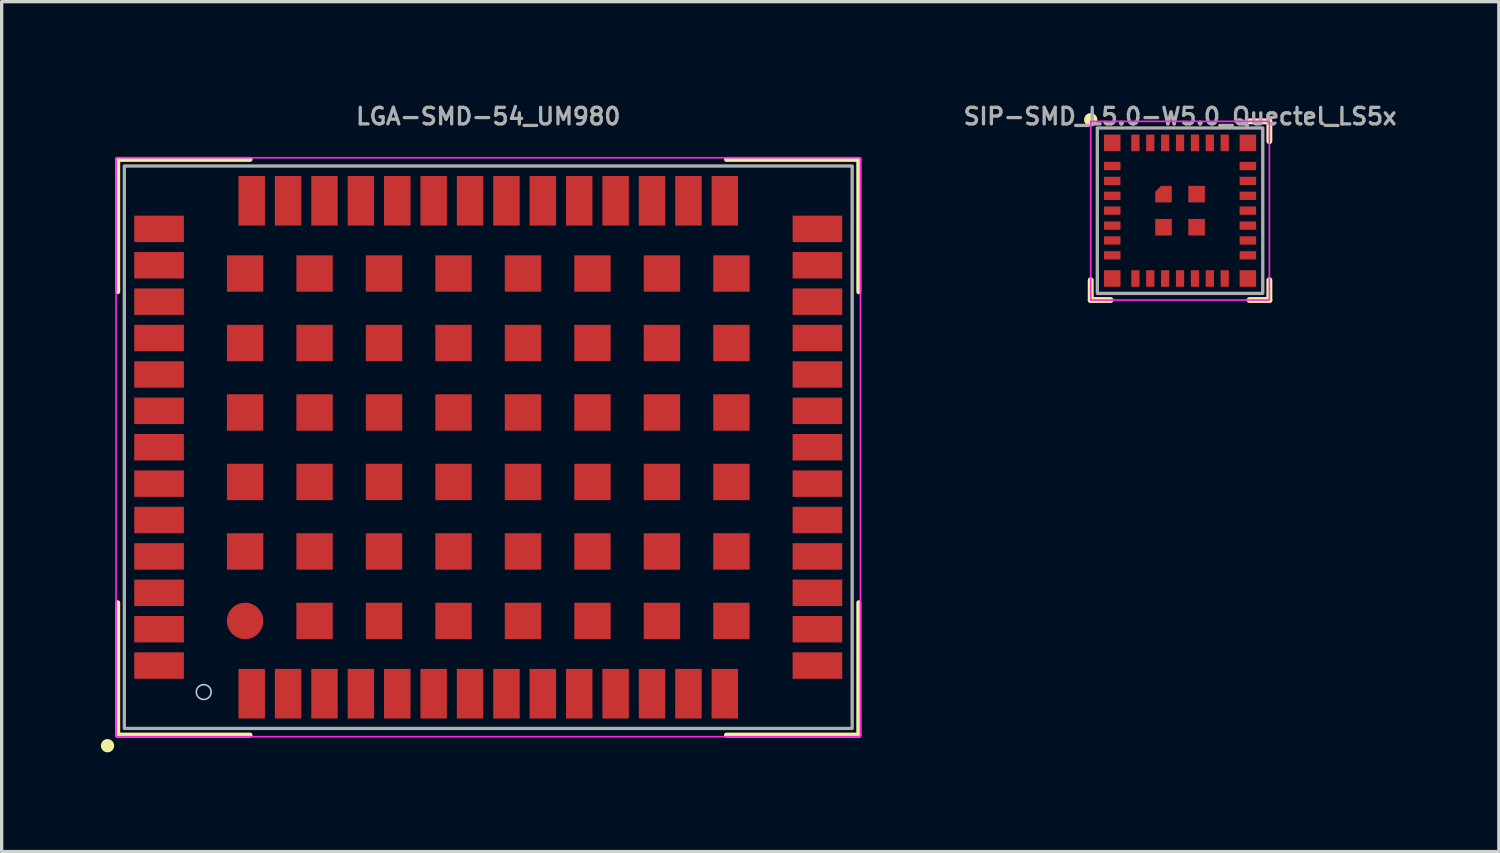
<source format=kicad_pcb>
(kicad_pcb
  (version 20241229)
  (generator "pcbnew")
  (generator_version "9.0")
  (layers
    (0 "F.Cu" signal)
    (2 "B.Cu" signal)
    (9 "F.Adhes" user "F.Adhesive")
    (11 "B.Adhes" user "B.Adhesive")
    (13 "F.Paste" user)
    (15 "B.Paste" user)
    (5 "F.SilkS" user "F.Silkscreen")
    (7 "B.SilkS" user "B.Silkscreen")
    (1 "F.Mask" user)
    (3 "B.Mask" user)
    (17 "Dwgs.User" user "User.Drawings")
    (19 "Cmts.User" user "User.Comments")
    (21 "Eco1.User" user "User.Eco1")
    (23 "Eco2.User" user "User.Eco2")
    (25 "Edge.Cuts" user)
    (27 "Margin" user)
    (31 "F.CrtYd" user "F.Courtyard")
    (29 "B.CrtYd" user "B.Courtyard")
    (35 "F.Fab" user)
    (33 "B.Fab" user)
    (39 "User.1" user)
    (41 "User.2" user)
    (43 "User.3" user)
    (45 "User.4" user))
  (footprint "LGA-SMD-54_UM980"
    (layer "F.Cu")
    (at 11.708 10.468)
    (property "Reference" "LGA-SMD-54_UM980" (at 0 -10 0) (unlocked yes) (layer "F.Fab") (effects (font (size 0.5 0.5) (thickness 0.1) (bold yes))))
    (attr smd)
    (fp_line (start -11.2 -8.7) (end -11.2 -4.7) (stroke (width 0.15) (type default)) (layer "F.SilkS"))
    (fp_line (start -11.2 -8.7) (end -7.2 -8.7) (stroke (width 0.15) (type default)) (layer "F.SilkS"))
    (fp_line (start -11.2 8.7) (end -11.2 4.7) (stroke (width 0.15) (type default)) (layer "F.SilkS"))
    (fp_line (start -11.2 8.7) (end -7.2 8.7) (stroke (width 0.15) (type default)) (layer "F.SilkS"))
    (fp_line (start 11.2 -8.7) (end 7.2 -8.7) (stroke (width 0.15) (type default)) (layer "F.SilkS"))
    (fp_line (start 11.2 -8.7) (end 11.2 -4.7) (stroke (width 0.15) (type default)) (layer "F.SilkS"))
    (fp_line (start 11.2 8.7) (end 7.2 8.7) (stroke (width 0.15) (type default)) (layer "F.SilkS"))
    (fp_line (start 11.2 8.7) (end 11.2 4.7) (stroke (width 0.15) (type default)) (layer "F.SilkS"))
    (fp_circle (center -11.508 9.022) (end -11.508 9.122) (stroke (width 0.2) (type solid)) (fill yes) (layer "F.SilkS"))
    (fp_circle (center -8.6 7.4) (end -8.376 7.4) (stroke (width 0.05) (type default)) (fill no) (layer "Dwgs.User"))
    (fp_rect (start 11.25 -8.75) (end -11.25 8.75) (stroke (width 0.05) (type default)) (fill no) (layer "F.CrtYd"))
    (fp_rect (start -11 8.5) (end 11 -8.5) (stroke (width 0.1) (type default)) (fill no) (layer "F.Fab"))
    (pad "1" smd rect (at -7.15 7.45) (size 0.8 1.5) (layers "F.Cu" "F.Mask" "F.Paste"))
    (pad "2" smd rect (at -6.05 7.45) (size 0.8 1.5) (layers "F.Cu" "F.Mask" "F.Paste"))
    (pad "3" smd rect (at -4.95 7.45) (size 0.8 1.5) (layers "F.Cu" "F.Mask" "F.Paste"))
    (pad "4" smd rect (at -3.85 7.45) (size 0.8 1.5) (layers "F.Cu" "F.Mask" "F.Paste"))
    (pad "5" smd rect (at -2.75 7.45) (size 0.8 1.5) (layers "F.Cu" "F.Mask" "F.Paste"))
    (pad "6" smd rect (at -1.65 7.45) (size 0.8 1.5) (layers "F.Cu" "F.Mask" "F.Paste"))
    (pad "7" smd rect (at -0.55 7.45) (size 0.8 1.5) (layers "F.Cu" "F.Mask" "F.Paste"))
    (pad "8" smd rect (at 0.55 7.45) (size 0.8 1.5) (layers "F.Cu" "F.Mask" "F.Paste"))
    (pad "9" smd rect (at 1.65 7.45) (size 0.8 1.5) (layers "F.Cu" "F.Mask" "F.Paste"))
    (pad "10" smd rect (at 2.75 7.45) (size 0.8 1.5) (layers "F.Cu" "F.Mask" "F.Paste"))
    (pad "11" smd rect (at 3.85 7.45) (size 0.8 1.5) (layers "F.Cu" "F.Mask" "F.Paste"))
    (pad "12" smd rect (at 4.95 7.45) (size 0.8 1.5) (layers "F.Cu" "F.Mask" "F.Paste"))
    (pad "13" smd rect (at 6.05 7.45) (size 0.8 1.5) (layers "F.Cu" "F.Mask" "F.Paste"))
    (pad "14" smd rect (at 7.15 7.45) (size 0.8 1.5) (layers "F.Cu" "F.Mask" "F.Paste"))
    (pad "15" smd rect (at 9.95 6.6 270) (size 0.8 1.5) (layers "F.Cu" "F.Mask" "F.Paste"))
    (pad "16" smd rect (at 9.95 5.5 270) (size 0.8 1.5) (layers "F.Cu" "F.Mask" "F.Paste"))
    (pad "17" smd rect (at 9.95 4.4 270) (size 0.8 1.5) (layers "F.Cu" "F.Mask" "F.Paste"))
    (pad "18" smd rect (at 9.95 3.3 270) (size 0.8 1.5) (layers "F.Cu" "F.Mask" "F.Paste"))
    (pad "19" smd rect (at 9.95 2.2 270) (size 0.8 1.5) (layers "F.Cu" "F.Mask" "F.Paste"))
    (pad "20" smd rect (at 9.95 1.1 270) (size 0.8 1.5) (layers "F.Cu" "F.Mask" "F.Paste"))
    (pad "21" smd rect (at 9.95 0 270) (size 0.8 1.5) (layers "F.Cu" "F.Mask" "F.Paste"))
    (pad "22" smd rect (at 9.95 -1.1 270) (size 0.8 1.5) (layers "F.Cu" "F.Mask" "F.Paste"))
    (pad "23" smd rect (at 9.95 -2.2 270) (size 0.8 1.5) (layers "F.Cu" "F.Mask" "F.Paste"))
    (pad "24" smd rect (at 9.95 -3.3 270) (size 0.8 1.5) (layers "F.Cu" "F.Mask" "F.Paste"))
    (pad "25" smd rect (at 9.95 -4.4 270) (size 0.8 1.5) (layers "F.Cu" "F.Mask" "F.Paste"))
    (pad "26" smd rect (at 9.95 -5.5 270) (size 0.8 1.5) (layers "F.Cu" "F.Mask" "F.Paste"))
    (pad "27" smd rect (at 9.95 -6.6 270) (size 0.8 1.5) (layers "F.Cu" "F.Mask" "F.Paste"))
    (pad "28" smd rect (at 7.15 -7.45 180) (size 0.8 1.5) (layers "F.Cu" "F.Mask" "F.Paste"))
    (pad "29" smd rect (at 6.05 -7.45 180) (size 0.8 1.5) (layers "F.Cu" "F.Mask" "F.Paste"))
    (pad "30" smd rect (at 4.95 -7.45 180) (size 0.8 1.5) (layers "F.Cu" "F.Mask" "F.Paste"))
    (pad "31" smd rect (at 3.85 -7.45 180) (size 0.8 1.5) (layers "F.Cu" "F.Mask" "F.Paste"))
    (pad "32" smd rect (at 2.75 -7.45 180) (size 0.8 1.5) (layers "F.Cu" "F.Mask" "F.Paste"))
    (pad "33" smd rect (at 1.65 -7.45 180) (size 0.8 1.5) (layers "F.Cu" "F.Mask" "F.Paste"))
    (pad "34" smd rect (at 0.55 -7.45 180) (size 0.8 1.5) (layers "F.Cu" "F.Mask" "F.Paste"))
    (pad "35" smd rect (at -0.55 -7.45 180) (size 0.8 1.5) (layers "F.Cu" "F.Mask" "F.Paste"))
    (pad "36" smd rect (at -1.65 -7.45 180) (size 0.8 1.5) (layers "F.Cu" "F.Mask" "F.Paste"))
    (pad "37" smd rect (at -2.75 -7.45 180) (size 0.8 1.5) (layers "F.Cu" "F.Mask" "F.Paste"))
    (pad "38" smd rect (at -3.85 -7.45 180) (size 0.8 1.5) (layers "F.Cu" "F.Mask" "F.Paste"))
    (pad "39" smd rect (at -4.95 -7.45 180) (size 0.8 1.5) (layers "F.Cu" "F.Mask" "F.Paste"))
    (pad "40" smd rect (at -6.05 -7.45 180) (size 0.8 1.5) (layers "F.Cu" "F.Mask" "F.Paste"))
    (pad "41" smd rect (at -7.15 -7.45 180) (size 0.8 1.5) (layers "F.Cu" "F.Mask" "F.Paste"))
    (pad "42" smd rect (at -9.95 -6.6 90) (size 0.8 1.5) (layers "F.Cu" "F.Mask" "F.Paste"))
    (pad "43" smd rect (at -9.95 -5.5 90) (size 0.8 1.5) (layers "F.Cu" "F.Mask" "F.Paste"))
    (pad "44" smd rect (at -9.95 -4.4 90) (size 0.8 1.5) (layers "F.Cu" "F.Mask" "F.Paste"))
    (pad "45" smd rect (at -9.95 -3.3 90) (size 0.8 1.5) (layers "F.Cu" "F.Mask" "F.Paste"))
    (pad "46" smd rect (at -9.95 -2.2 90) (size 0.8 1.5) (layers "F.Cu" "F.Mask" "F.Paste"))
    (pad "47" smd rect (at -9.95 -1.1 90) (size 0.8 1.5) (layers "F.Cu" "F.Mask" "F.Paste"))
    (pad "48" smd rect (at -9.95 0 90) (size 0.8 1.5) (layers "F.Cu" "F.Mask" "F.Paste"))
    (pad "49" smd rect (at -9.95 1.1 90) (size 0.8 1.5) (layers "F.Cu" "F.Mask" "F.Paste"))
    (pad "50" smd rect (at -9.95 2.2 90) (size 0.8 1.5) (layers "F.Cu" "F.Mask" "F.Paste"))
    (pad "51" smd rect (at -9.95 3.3 90) (size 0.8 1.5) (layers "F.Cu" "F.Mask" "F.Paste"))
    (pad "52" smd rect (at -9.95 4.4 90) (size 0.8 1.5) (layers "F.Cu" "F.Mask" "F.Paste"))
    (pad "53" smd rect (at -9.95 5.5 90) (size 0.8 1.5) (layers "F.Cu" "F.Mask" "F.Paste"))
    (pad "54" smd rect (at -9.95 6.6 90) (size 0.8 1.5) (layers "F.Cu" "F.Mask" "F.Paste"))
    (pad "55" smd rect (at -7.35 -5.25) (size 1.1 1.1) (layers "F.Cu" "F.Mask" "F.Paste"))
    (pad "56" smd rect (at -7.35 -3.15) (size 1.1 1.1) (layers "F.Cu" "F.Mask" "F.Paste"))
    (pad "57" smd rect (at -7.35 -1.05) (size 1.1 1.1) (layers "F.Cu" "F.Mask" "F.Paste"))
    (pad "58" smd rect (at -7.35 1.05) (size 1.1 1.1) (layers "F.Cu" "F.Mask" "F.Paste"))
    (pad "59" smd rect (at -7.35 3.15) (size 1.1 1.1) (layers "F.Cu" "F.Mask" "F.Paste"))
    (pad "60" smd circle (at -7.35 5.25) (size 1.1 1.1) (layers "F.Cu" "F.Mask" "F.Paste"))
    (pad "61" smd rect (at -5.25 -5.25) (size 1.1 1.1) (layers "F.Cu" "F.Mask" "F.Paste"))
    (pad "62" smd rect (at -5.25 -3.15) (size 1.1 1.1) (layers "F.Cu" "F.Mask" "F.Paste"))
    (pad "63" smd rect (at -5.25 -1.05) (size 1.1 1.1) (layers "F.Cu" "F.Mask" "F.Paste"))
    (pad "64" smd rect (at -5.25 1.05) (size 1.1 1.1) (layers "F.Cu" "F.Mask" "F.Paste"))
    (pad "65" smd rect (at -5.25 3.15) (size 1.1 1.1) (layers "F.Cu" "F.Mask" "F.Paste"))
    (pad "66" smd rect (at -5.25 5.25) (size 1.1 1.1) (layers "F.Cu" "F.Mask" "F.Paste"))
    (pad "67" smd rect (at -3.15 -5.25) (size 1.1 1.1) (layers "F.Cu" "F.Mask" "F.Paste"))
    (pad "68" smd rect (at -3.15 -3.15) (size 1.1 1.1) (layers "F.Cu" "F.Mask" "F.Paste"))
    (pad "69" smd rect (at -3.15 -1.05) (size 1.1 1.1) (layers "F.Cu" "F.Mask" "F.Paste"))
    (pad "70" smd rect (at -3.15 1.05) (size 1.1 1.1) (layers "F.Cu" "F.Mask" "F.Paste"))
    (pad "71" smd rect (at -3.15 3.15) (size 1.1 1.1) (layers "F.Cu" "F.Mask" "F.Paste"))
    (pad "72" smd rect (at -3.15 5.25) (size 1.1 1.1) (layers "F.Cu" "F.Mask" "F.Paste"))
    (pad "73" smd rect (at -1.05 -5.25) (size 1.1 1.1) (layers "F.Cu" "F.Mask" "F.Paste"))
    (pad "74" smd rect (at -1.05 -3.15) (size 1.1 1.1) (layers "F.Cu" "F.Mask" "F.Paste"))
    (pad "75" smd rect (at -1.05 -1.05) (size 1.1 1.1) (layers "F.Cu" "F.Mask" "F.Paste"))
    (pad "76" smd rect (at -1.05 1.05) (size 1.1 1.1) (layers "F.Cu" "F.Mask" "F.Paste"))
    (pad "77" smd rect (at -1.05 3.15) (size 1.1 1.1) (layers "F.Cu" "F.Mask" "F.Paste"))
    (pad "78" smd rect (at -1.05 5.25) (size 1.1 1.1) (layers "F.Cu" "F.Mask" "F.Paste"))
    (pad "79" smd rect (at 1.05 -5.25) (size 1.1 1.1) (layers "F.Cu" "F.Mask" "F.Paste"))
    (pad "80" smd rect (at 1.05 -3.15) (size 1.1 1.1) (layers "F.Cu" "F.Mask" "F.Paste"))
    (pad "81" smd rect (at 1.05 -1.05) (size 1.1 1.1) (layers "F.Cu" "F.Mask" "F.Paste"))
    (pad "82" smd rect (at 1.05 1.05) (size 1.1 1.1) (layers "F.Cu" "F.Mask" "F.Paste"))
    (pad "83" smd rect (at 1.05 3.15) (size 1.1 1.1) (layers "F.Cu" "F.Mask" "F.Paste"))
    (pad "84" smd rect (at 1.05 5.25) (size 1.1 1.1) (layers "F.Cu" "F.Mask" "F.Paste"))
    (pad "85" smd rect (at 3.15 -5.25) (size 1.1 1.1) (layers "F.Cu" "F.Mask" "F.Paste"))
    (pad "86" smd rect (at 3.15 -3.15) (size 1.1 1.1) (layers "F.Cu" "F.Mask" "F.Paste"))
    (pad "87" smd rect (at 3.15 -1.05) (size 1.1 1.1) (layers "F.Cu" "F.Mask" "F.Paste"))
    (pad "88" smd rect (at 3.15 1.05) (size 1.1 1.1) (layers "F.Cu" "F.Mask" "F.Paste"))
    (pad "89" smd rect (at 3.15 3.15) (size 1.1 1.1) (layers "F.Cu" "F.Mask" "F.Paste"))
    (pad "90" smd rect (at 3.15 5.25) (size 1.1 1.1) (layers "F.Cu" "F.Mask" "F.Paste"))
    (pad "91" smd rect (at 5.25 -5.25) (size 1.1 1.1) (layers "F.Cu" "F.Mask" "F.Paste"))
    (pad "92" smd rect (at 5.25 -3.15) (size 1.1 1.1) (layers "F.Cu" "F.Mask" "F.Paste"))
    (pad "93" smd rect (at 5.25 -1.05) (size 1.1 1.1) (layers "F.Cu" "F.Mask" "F.Paste"))
    (pad "94" smd rect (at 5.25 1.05) (size 1.1 1.1) (layers "F.Cu" "F.Mask" "F.Paste"))
    (pad "95" smd rect (at 5.25 3.15) (size 1.1 1.1) (layers "F.Cu" "F.Mask" "F.Paste"))
    (pad "96" smd rect (at 5.25 5.25) (size 1.1 1.1) (layers "F.Cu" "F.Mask" "F.Paste"))
    (pad "97" smd rect (at 7.35 -5.25) (size 1.1 1.1) (layers "F.Cu" "F.Mask" "F.Paste"))
    (pad "98" smd rect (at 7.35 -3.15) (size 1.1 1.1) (layers "F.Cu" "F.Mask" "F.Paste"))
    (pad "99" smd rect (at 7.35 -1.05) (size 1.1 1.1) (layers "F.Cu" "F.Mask" "F.Paste"))
    (pad "100" smd rect (at 7.35 1.05) (size 1.1 1.1) (layers "F.Cu" "F.Mask" "F.Paste"))
    (pad "101" smd rect (at 7.35 3.15) (size 1.1 1.1) (layers "F.Cu" "F.Mask" "F.Paste"))
    (pad "102" smd rect (at 7.35 5.25) (size 1.1 1.1) (layers "F.Cu" "F.Mask" "F.Paste")))
  (footprint "SIP-SMD_L5.0-W5.0_Quectel_LS5x"
    (layer "F.Cu")
    (at 32.618 3.318)
    (property "Reference" "SIP-SMD_L5.0-W5.0_Quectel_LS5x" (at 0 -2.85 0) (layer "F.Fab") (effects (font (size 0.5 0.5) (thickness 0.1))))
    (attr smd)
    (fp_line (start -2.7 2.7) (end -2.7 2.1) (stroke (width 0.178) (type default)) (layer "F.SilkS"))
    (fp_line (start -2.1 2.7) (end -2.7 2.7) (stroke (width 0.178) (type default)) (layer "F.SilkS"))
    (fp_line (start 2.1 -2.7) (end 2.7 -2.7) (stroke (width 0.178) (type default)) (layer "F.SilkS"))
    (fp_line (start 2.7 -2.7) (end 2.7 -2.1) (stroke (width 0.178) (type default)) (layer "F.SilkS"))
    (fp_line (start 2.7 2.1) (end 2.7 2.7) (stroke (width 0.178) (type default)) (layer "F.SilkS"))
    (fp_line (start 2.7 2.7) (end 2.1 2.7) (stroke (width 0.178) (type default)) (layer "F.SilkS"))
    (fp_circle (center -2.7 -2.75) (end -2.8 -2.75) (stroke (width 0.2) (type solid)) (fill yes) (layer "F.SilkS"))
    (fp_rect (start -2.7 -2.7) (end 2.7 2.7) (stroke (width 0.05) (type default)) (fill no) (layer "F.CrtYd"))
    (fp_rect (start -2.5 -2.5) (end 2.5 2.5) (stroke (width 0.1) (type default)) (fill no) (layer "F.Fab"))
    (pad "1" smd rect (at -2.05 -1.35) (size 0.5 0.25) (layers "F.Cu" "F.Mask" "F.Paste"))
    (pad "2" smd rect (at -2.05 -0.9) (size 0.5 0.25) (layers "F.Cu" "F.Mask" "F.Paste"))
    (pad "3" smd rect (at -2.05 -0.45) (size 0.5 0.25) (layers "F.Cu" "F.Mask" "F.Paste"))
    (pad "4" smd rect (at -2.05 0) (size 0.5 0.25) (layers "F.Cu" "F.Mask" "F.Paste"))
    (pad "5" smd rect (at -2.05 0.45) (size 0.5 0.25) (layers "F.Cu" "F.Mask" "F.Paste"))
    (pad "6" smd rect (at -2.05 0.9) (size 0.5 0.25) (layers "F.Cu" "F.Mask" "F.Paste"))
    (pad "7" smd rect (at -2.05 1.35) (size 0.5 0.25) (layers "F.Cu" "F.Mask" "F.Paste"))
    (pad "8" smd rect (at -2.05 2.05) (size 0.5 0.5) (layers "F.Cu" "F.Mask" "F.Paste"))
    (pad "9" smd rect (at -1.35 2.05 90) (size 0.5 0.25) (layers "F.Cu" "F.Mask" "F.Paste"))
    (pad "10" smd rect (at -0.9 2.05 90) (size 0.5 0.25) (layers "F.Cu" "F.Mask" "F.Paste"))
    (pad "11" smd rect (at -0.45 2.05 90) (size 0.5 0.25) (layers "F.Cu" "F.Mask" "F.Paste"))
    (pad "12" smd rect (at 0 2.05 90) (size 0.5 0.25) (layers "F.Cu" "F.Mask" "F.Paste"))
    (pad "13" smd rect (at 0.45 2.05 90) (size 0.5 0.25) (layers "F.Cu" "F.Mask" "F.Paste"))
    (pad "14" smd rect (at 0.9 2.05 90) (size 0.5 0.25) (layers "F.Cu" "F.Mask" "F.Paste"))
    (pad "15" smd rect (at 1.35 2.05 90) (size 0.5 0.25) (layers "F.Cu" "F.Mask" "F.Paste"))
    (pad "16" smd rect (at 2.05 2.05 90) (size 0.5 0.5) (layers "F.Cu" "F.Mask" "F.Paste"))
    (pad "17" smd rect (at 2.05 1.35) (size 0.5 0.25) (layers "F.Cu" "F.Mask" "F.Paste"))
    (pad "18" smd rect (at 2.05 0.9) (size 0.5 0.25) (layers "F.Cu" "F.Mask" "F.Paste"))
    (pad "19" smd rect (at 2.05 0.45) (size 0.5 0.25) (layers "F.Cu" "F.Mask" "F.Paste"))
    (pad "20" smd rect (at 2.05 0) (size 0.5 0.25) (layers "F.Cu" "F.Mask" "F.Paste"))
    (pad "21" smd rect (at 2.05 -0.45) (size 0.5 0.25) (layers "F.Cu" "F.Mask" "F.Paste"))
    (pad "22" smd rect (at 2.05 -0.9) (size 0.5 0.25) (layers "F.Cu" "F.Mask" "F.Paste"))
    (pad "23" smd rect (at 2.05 -1.35) (size 0.5 0.25) (layers "F.Cu" "F.Mask" "F.Paste"))
    (pad "24" smd rect (at 2.05 -2.05) (size 0.5 0.5) (layers "F.Cu" "F.Mask" "F.Paste"))
    (pad "25" smd rect (at 1.35 -2.05 90) (size 0.5 0.25) (layers "F.Cu" "F.Mask" "F.Paste"))
    (pad "26" smd rect (at 0.9 -2.05 90) (size 0.5 0.25) (layers "F.Cu" "F.Mask" "F.Paste"))
    (pad "27" smd rect (at 0.45 -2.05 90) (size 0.5 0.25) (layers "F.Cu" "F.Mask" "F.Paste"))
    (pad "28" smd rect (at 0 -2.05 90) (size 0.5 0.25) (layers "F.Cu" "F.Mask" "F.Paste"))
    (pad "29" smd rect (at -0.45 -2.05 90) (size 0.5 0.25) (layers "F.Cu" "F.Mask" "F.Paste"))
    (pad "30" smd rect (at -0.9 -2.05 90) (size 0.5 0.25) (layers "F.Cu" "F.Mask" "F.Paste"))
    (pad "31" smd rect (at -1.35 -2.05 90) (size 0.5 0.25) (layers "F.Cu" "F.Mask" "F.Paste"))
    (pad "32" smd rect (at -2.05 -2.05) (size 0.5 0.5) (layers "F.Cu" "F.Mask" "F.Paste"))
    (pad "33" smd roundrect (at -0.5 -0.5) (size 0.5 0.5) (layers "F.Cu" "F.Mask" "F.Paste") (roundrect_rratio 0) (chamfer_ratio 0.35) (chamfer top_left))
    (pad "34" smd rect (at 0.5 -0.5) (size 0.5 0.5) (layers "F.Cu" "F.Mask" "F.Paste"))
    (pad "35" smd rect (at -0.5 0.5) (size 0.5 0.5) (layers "F.Cu" "F.Mask" "F.Paste"))
    (pad "36" smd rect (at 0.5 0.5) (size 0.5 0.5) (layers "F.Cu" "F.Mask" "F.Paste")))
  (gr_rect
    (start -3 -3)
    (end 42.254 22.69)
    (stroke (width 0.1) (type default))
    (fill no)
    (layer "Edge.Cuts")))
</source>
